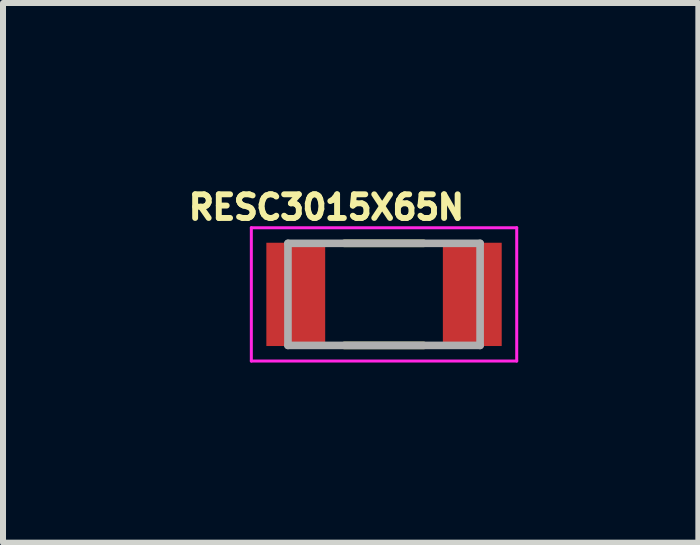
<source format=kicad_pcb>
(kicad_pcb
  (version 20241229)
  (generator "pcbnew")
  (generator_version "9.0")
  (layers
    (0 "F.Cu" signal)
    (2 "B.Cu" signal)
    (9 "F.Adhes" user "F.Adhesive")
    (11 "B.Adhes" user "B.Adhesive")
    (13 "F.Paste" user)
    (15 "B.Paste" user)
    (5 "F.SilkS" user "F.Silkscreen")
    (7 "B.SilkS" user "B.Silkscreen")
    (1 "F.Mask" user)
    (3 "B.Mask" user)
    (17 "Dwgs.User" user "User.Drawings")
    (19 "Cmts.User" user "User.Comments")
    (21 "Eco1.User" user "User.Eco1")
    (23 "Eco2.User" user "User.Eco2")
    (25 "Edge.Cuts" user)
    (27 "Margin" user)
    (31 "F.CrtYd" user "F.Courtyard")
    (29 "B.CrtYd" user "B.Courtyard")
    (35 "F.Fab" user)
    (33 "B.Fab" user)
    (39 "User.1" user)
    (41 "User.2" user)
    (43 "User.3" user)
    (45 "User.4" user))
  (footprint "RESC3015X65N"
    (layer "F.Cu")
    (at 3.346 1.853)
    (property "Reference" "RESC3015X65N" (at -0.96 -1.45 0) (layer "F.SilkS") (effects (font (size 0.394 0.394) (thickness 0.15))))
    (attr smd)
    (fp_line (start -0.66 -0.85) (end 0.66 -0.85) (stroke (width 0.127) (type solid)) (layer "F.SilkS"))
    (fp_line (start -0.66 0.85) (end 0.66 0.85) (stroke (width 0.127) (type solid)) (layer "F.SilkS"))
    (fp_line (start -2.21 -1.11) (end 2.21 -1.11) (stroke (width 0.05) (type solid)) (layer "F.CrtYd"))
    (fp_line (start -2.21 1.11) (end -2.21 -1.11) (stroke (width 0.05) (type solid)) (layer "F.CrtYd"))
    (fp_line (start -2.21 1.11) (end 2.21 1.11) (stroke (width 0.05) (type solid)) (layer "F.CrtYd"))
    (fp_line (start 2.21 1.11) (end 2.21 -1.11) (stroke (width 0.05) (type solid)) (layer "F.CrtYd"))
    (fp_line (start -1.6 0.85) (end -1.6 -0.85) (stroke (width 0.127) (type solid)) (layer "F.Fab"))
    (fp_line (start 1.6 -0.85) (end -1.6 -0.85) (stroke (width 0.127) (type solid)) (layer "F.Fab"))
    (fp_line (start 1.6 0.85) (end -1.6 0.85) (stroke (width 0.127) (type solid)) (layer "F.Fab"))
    (fp_line (start 1.6 0.85) (end 1.6 -0.85) (stroke (width 0.127) (type solid)) (layer "F.Fab"))
    (pad "1" smd rect (at -1.47 0) (size 0.98 1.72) (layers "F.Cu" "F.Mask" "F.Paste"))
    (pad "2" smd rect (at 1.47 0) (size 0.98 1.72) (layers "F.Cu" "F.Mask" "F.Paste")))
  (gr_rect
    (start -3 -3)
    (end 8.581 5.988)
    (stroke (width 0.1) (type default))
    (fill no)
    (layer "Edge.Cuts")))
</source>
